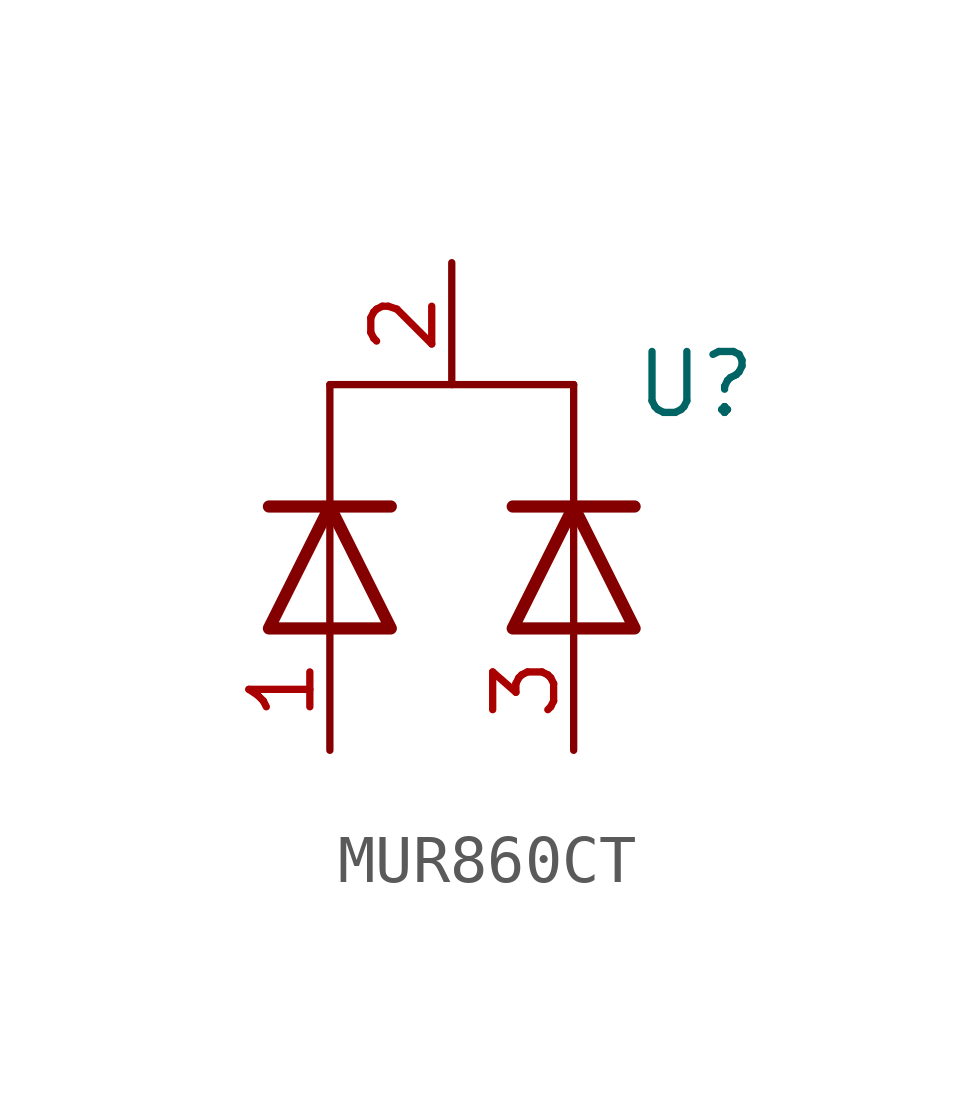
<source format=kicad_sym>
(kicad_symbol_lib
  (version 20241209)
  (generator "kicad_symbol_editor")
  (generator_version "9.0")
  (symbol "MUR860CT"
    (property "Reference" "U"
      (at 0 0 0)
      (effects (font (size 1.27 1.27))))
    (property "Value" ""
      (at 0 0 0)
      (effects (font (size 1.27 1.27))))
    (symbol "MUR860CT_0_1"
      (polyline (pts (xy -7.62 -5.08) (xy -7.62 0)) (stroke (width 0) (type default)) (fill (type none)))
      (polyline (pts (xy -6.35 -2.54) (xy -8.89 -2.54)) (stroke (width 0.254) (type default)) (fill (type none)))
      (polyline (pts (xy -6.35 -5.08) (xy -8.89 -5.08) (xy -7.62 -2.54) (xy -6.35 -5.08)) (stroke (width 0.254) (type default)) (fill (type none)))
      (polyline (pts (xy -2.54 0) (xy -7.62 0)) (stroke (width 0) (type default)) (fill (type none)))
      (polyline (pts (xy -2.54 -5.08) (xy -2.54 0)) (stroke (width 0) (type default)) (fill (type none)))
      (polyline (pts (xy -1.27 -2.54) (xy -3.81 -2.54)) (stroke (width 0.254) (type default)) (fill (type none)))
      (polyline (pts (xy -1.27 -5.08) (xy -3.81 -5.08) (xy -2.54 -2.54) (xy -1.27 -5.08)) (stroke (width 0.254) (type default)) (fill (type none))))
    (symbol "MUR860CT_1_1"
      (pin passive line (at -7.62 -7.62 90) (length 2.54) (name "" (effects (font (size 1.27 1.27)))) (number "1" (effects (font (size 1.27 1.27)))))
      (pin passive line (at -5.08 2.54 270) (length 2.54) (name "" (effects (font (size 1.27 1.27)))) (number "2" (effects (font (size 1.27 1.27)))))
      (pin passive line (at -2.54 -7.62 90) (length 2.54) (name "" (effects (font (size 1.27 1.27)))) (number "3" (effects (font (size 1.27 1.27))))))))
</source>
